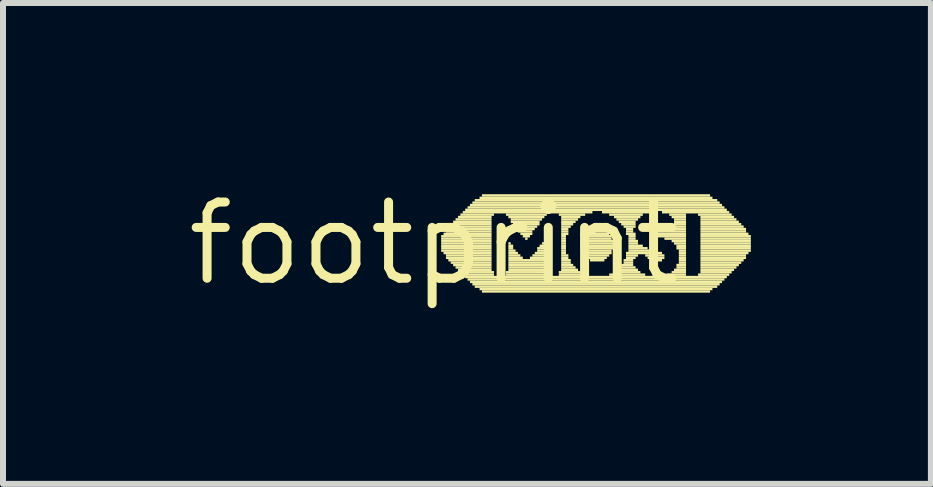
<source format=kicad_pcb>
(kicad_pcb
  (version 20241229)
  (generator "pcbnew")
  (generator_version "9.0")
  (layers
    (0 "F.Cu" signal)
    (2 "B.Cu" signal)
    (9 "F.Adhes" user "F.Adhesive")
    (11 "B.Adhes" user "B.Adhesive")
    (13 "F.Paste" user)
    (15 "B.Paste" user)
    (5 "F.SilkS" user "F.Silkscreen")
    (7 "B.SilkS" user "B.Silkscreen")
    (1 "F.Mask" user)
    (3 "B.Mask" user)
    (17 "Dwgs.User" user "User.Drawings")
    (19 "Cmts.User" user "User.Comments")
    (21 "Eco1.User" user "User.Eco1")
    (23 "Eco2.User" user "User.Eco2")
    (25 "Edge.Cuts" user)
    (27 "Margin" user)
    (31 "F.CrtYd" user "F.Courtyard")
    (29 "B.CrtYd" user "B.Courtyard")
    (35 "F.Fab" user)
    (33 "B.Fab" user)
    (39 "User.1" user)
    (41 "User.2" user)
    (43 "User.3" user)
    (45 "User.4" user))
  (footprint "footprint"
    (layer "F.Cu")
    (at 4.18 1.006)
    (property "Reference" "footprint" (at 0 0 0) (layer "F.SilkS") (effects (font (size 1.27 1.27) (thickness 0.15))))
    (fp_poly (pts (xy 0.12 -0.1) (xy 0.96 -0.1) (xy 0.96 -0.14) (xy 0.12 -0.14)) (stroke (width 0) (type solid)) (fill yes) (layer "F.SilkS"))
    (fp_poly (pts (xy 0.12 -0.06) (xy 0.96 -0.06) (xy 0.96 -0.1) (xy 0.12 -0.1)) (stroke (width 0) (type solid)) (fill yes) (layer "F.SilkS"))
    (fp_poly (pts (xy 0.12 -0.02) (xy 0.96 -0.02) (xy 0.96 -0.06) (xy 0.12 -0.06)) (stroke (width 0) (type solid)) (fill yes) (layer "F.SilkS"))
    (fp_poly (pts (xy 0.12 0.02) (xy 0.96 0.02) (xy 0.96 -0.02) (xy 0.12 -0.02)) (stroke (width 0) (type solid)) (fill yes) (layer "F.SilkS"))
    (fp_poly (pts (xy 0.12 0.06) (xy 0.96 0.06) (xy 0.96 0.02) (xy 0.12 0.02)) (stroke (width 0) (type solid)) (fill yes) (layer "F.SilkS"))
    (fp_poly (pts (xy 0.12 0.1) (xy 0.96 0.1) (xy 0.96 0.06) (xy 0.12 0.06)) (stroke (width 0) (type solid)) (fill yes) (layer "F.SilkS"))
    (fp_poly (pts (xy 0.12 0.14) (xy 0.96 0.14) (xy 0.96 0.1) (xy 0.12 0.1)) (stroke (width 0) (type solid)) (fill yes) (layer "F.SilkS"))
    (fp_poly (pts (xy 0.16 -0.14) (xy 0.96 -0.14) (xy 0.96 -0.18) (xy 0.16 -0.18)) (stroke (width 0) (type solid)) (fill yes) (layer "F.SilkS"))
    (fp_poly (pts (xy 0.16 0.18) (xy 0.96 0.18) (xy 0.96 0.14) (xy 0.16 0.14)) (stroke (width 0) (type solid)) (fill yes) (layer "F.SilkS"))
    (fp_poly (pts (xy 0.2 -0.22) (xy 0.96 -0.22) (xy 0.96 -0.26) (xy 0.2 -0.26)) (stroke (width 0) (type solid)) (fill yes) (layer "F.SilkS"))
    (fp_poly (pts (xy 0.2 -0.18) (xy 0.96 -0.18) (xy 0.96 -0.22) (xy 0.2 -0.22)) (stroke (width 0) (type solid)) (fill yes) (layer "F.SilkS"))
    (fp_poly (pts (xy 0.2 0.22) (xy 0.96 0.22) (xy 0.96 0.18) (xy 0.2 0.18)) (stroke (width 0) (type solid)) (fill yes) (layer "F.SilkS"))
    (fp_poly (pts (xy 0.2 0.26) (xy 0.96 0.26) (xy 0.96 0.22) (xy 0.2 0.22)) (stroke (width 0) (type solid)) (fill yes) (layer "F.SilkS"))
    (fp_poly (pts (xy 0.24 -0.26) (xy 0.96 -0.26) (xy 0.96 -0.3) (xy 0.24 -0.3)) (stroke (width 0) (type solid)) (fill yes) (layer "F.SilkS"))
    (fp_poly (pts (xy 0.24 0.3) (xy 0.96 0.3) (xy 0.96 0.26) (xy 0.24 0.26)) (stroke (width 0) (type solid)) (fill yes) (layer "F.SilkS"))
    (fp_poly (pts (xy 0.28 -0.3) (xy 0.96 -0.3) (xy 0.96 -0.34) (xy 0.28 -0.34)) (stroke (width 0) (type solid)) (fill yes) (layer "F.SilkS"))
    (fp_poly (pts (xy 0.28 0.34) (xy 0.96 0.34) (xy 0.96 0.3) (xy 0.28 0.3)) (stroke (width 0) (type solid)) (fill yes) (layer "F.SilkS"))
    (fp_poly (pts (xy 0.32 -0.34) (xy 0.96 -0.34) (xy 0.96 -0.38) (xy 0.32 -0.38)) (stroke (width 0) (type solid)) (fill yes) (layer "F.SilkS"))
    (fp_poly (pts (xy 0.32 0.38) (xy 0.96 0.38) (xy 0.96 0.34) (xy 0.32 0.34)) (stroke (width 0) (type solid)) (fill yes) (layer "F.SilkS"))
    (fp_poly (pts (xy 0.36 -0.38) (xy 0.96 -0.38) (xy 0.96 -0.42) (xy 0.36 -0.42)) (stroke (width 0) (type solid)) (fill yes) (layer "F.SilkS"))
    (fp_poly (pts (xy 0.36 0.42) (xy 0.96 0.42) (xy 0.96 0.38) (xy 0.36 0.38)) (stroke (width 0) (type solid)) (fill yes) (layer "F.SilkS"))
    (fp_poly (pts (xy 0.4 -0.42) (xy 0.96 -0.42) (xy 0.96 -0.46) (xy 0.4 -0.46)) (stroke (width 0) (type solid)) (fill yes) (layer "F.SilkS"))
    (fp_poly (pts (xy 0.4 0.46) (xy 0.96 0.46) (xy 0.96 0.42) (xy 0.4 0.42)) (stroke (width 0) (type solid)) (fill yes) (layer "F.SilkS"))
    (fp_poly (pts (xy 0.44 -0.46) (xy 1 -0.46) (xy 1 -0.5) (xy 0.44 -0.5)) (stroke (width 0) (type solid)) (fill yes) (layer "F.SilkS"))
    (fp_poly (pts (xy 0.44 0.5) (xy 1 0.5) (xy 1 0.46) (xy 0.44 0.46)) (stroke (width 0) (type solid)) (fill yes) (layer "F.SilkS"))
    (fp_poly (pts (xy 0.48 -0.5) (xy 2.64 -0.5) (xy 2.64 -0.54) (xy 0.48 -0.54)) (stroke (width 0) (type solid)) (fill yes) (layer "F.SilkS"))
    (fp_poly (pts (xy 0.48 0.54) (xy 1 0.54) (xy 1 0.5) (xy 0.48 0.5)) (stroke (width 0) (type solid)) (fill yes) (layer "F.SilkS"))
    (fp_poly (pts (xy 0.52 -0.54) (xy 4.88 -0.54) (xy 4.88 -0.58) (xy 0.52 -0.58)) (stroke (width 0) (type solid)) (fill yes) (layer "F.SilkS"))
    (fp_poly (pts (xy 0.52 0.58) (xy 4.88 0.58) (xy 4.88 0.54) (xy 0.52 0.54)) (stroke (width 0) (type solid)) (fill yes) (layer "F.SilkS"))
    (fp_poly (pts (xy 0.56 -0.58) (xy 4.84 -0.58) (xy 4.84 -0.62) (xy 0.56 -0.62)) (stroke (width 0) (type solid)) (fill yes) (layer "F.SilkS"))
    (fp_poly (pts (xy 0.56 0.62) (xy 4.84 0.62) (xy 4.84 0.58) (xy 0.56 0.58)) (stroke (width 0) (type solid)) (fill yes) (layer "F.SilkS"))
    (fp_poly (pts (xy 0.6 -0.62) (xy 4.8 -0.62) (xy 4.8 -0.66) (xy 0.6 -0.66)) (stroke (width 0) (type solid)) (fill yes) (layer "F.SilkS"))
    (fp_poly (pts (xy 0.6 0.66) (xy 4.8 0.66) (xy 4.8 0.62) (xy 0.6 0.62)) (stroke (width 0) (type solid)) (fill yes) (layer "F.SilkS"))
    (fp_poly (pts (xy 0.64 -0.66) (xy 4.76 -0.66) (xy 4.76 -0.7) (xy 0.64 -0.7)) (stroke (width 0) (type solid)) (fill yes) (layer "F.SilkS"))
    (fp_poly (pts (xy 0.64 0.7) (xy 4.76 0.7) (xy 4.76 0.66) (xy 0.64 0.66)) (stroke (width 0) (type solid)) (fill yes) (layer "F.SilkS"))
    (fp_poly (pts (xy 0.68 -0.7) (xy 4.72 -0.7) (xy 4.72 -0.74) (xy 0.68 -0.74)) (stroke (width 0) (type solid)) (fill yes) (layer "F.SilkS"))
    (fp_poly (pts (xy 0.68 0.74) (xy 4.72 0.74) (xy 4.72 0.7) (xy 0.68 0.7)) (stroke (width 0) (type solid)) (fill yes) (layer "F.SilkS"))
    (fp_poly (pts (xy 0.76 -0.74) (xy 4.64 -0.74) (xy 4.64 -0.78) (xy 0.76 -0.78)) (stroke (width 0) (type solid)) (fill yes) (layer "F.SilkS"))
    (fp_poly (pts (xy 0.76 0.78) (xy 4.64 0.78) (xy 4.64 0.74) (xy 0.76 0.74)) (stroke (width 0) (type solid)) (fill yes) (layer "F.SilkS"))
    (fp_poly (pts (xy 0.8 -0.78) (xy 4.6 -0.78) (xy 4.6 -0.82) (xy 0.8 -0.82)) (stroke (width 0) (type solid)) (fill yes) (layer "F.SilkS"))
    (fp_poly (pts (xy 0.8 0.82) (xy 4.6 0.82) (xy 4.6 0.78) (xy 0.8 0.78)) (stroke (width 0) (type solid)) (fill yes) (layer "F.SilkS"))
    (fp_poly (pts (xy 1.2 -0.46) (xy 1.88 -0.46) (xy 1.88 -0.5) (xy 1.2 -0.5)) (stroke (width 0) (type solid)) (fill yes) (layer "F.SilkS"))
    (fp_poly (pts (xy 1.2 0.5) (xy 1.88 0.5) (xy 1.88 0.46) (xy 1.2 0.46)) (stroke (width 0) (type solid)) (fill yes) (layer "F.SilkS"))
    (fp_poly (pts (xy 1.2 0.54) (xy 1.88 0.54) (xy 1.88 0.5) (xy 1.2 0.5)) (stroke (width 0) (type solid)) (fill yes) (layer "F.SilkS"))
    (fp_poly (pts (xy 1.24 -0.42) (xy 1.84 -0.42) (xy 1.84 -0.46) (xy 1.24 -0.46)) (stroke (width 0) (type solid)) (fill yes) (layer "F.SilkS"))
    (fp_poly (pts (xy 1.24 0.02) (xy 1.28 0.02) (xy 1.28 -0.02) (xy 1.24 -0.02)) (stroke (width 0) (type solid)) (fill yes) (layer "F.SilkS"))
    (fp_poly (pts (xy 1.24 0.06) (xy 1.32 0.06) (xy 1.32 0.02) (xy 1.24 0.02)) (stroke (width 0) (type solid)) (fill yes) (layer "F.SilkS"))
    (fp_poly (pts (xy 1.24 0.1) (xy 1.32 0.1) (xy 1.32 0.06) (xy 1.24 0.06)) (stroke (width 0) (type solid)) (fill yes) (layer "F.SilkS"))
    (fp_poly (pts (xy 1.24 0.14) (xy 1.36 0.14) (xy 1.36 0.1) (xy 1.24 0.1)) (stroke (width 0) (type solid)) (fill yes) (layer "F.SilkS"))
    (fp_poly (pts (xy 1.24 0.18) (xy 1.4 0.18) (xy 1.4 0.14) (xy 1.24 0.14)) (stroke (width 0) (type solid)) (fill yes) (layer "F.SilkS"))
    (fp_poly (pts (xy 1.24 0.22) (xy 1.44 0.22) (xy 1.44 0.18) (xy 1.24 0.18)) (stroke (width 0) (type solid)) (fill yes) (layer "F.SilkS"))
    (fp_poly (pts (xy 1.24 0.26) (xy 1.48 0.26) (xy 1.48 0.22) (xy 1.24 0.22)) (stroke (width 0) (type solid)) (fill yes) (layer "F.SilkS"))
    (fp_poly (pts (xy 1.24 0.3) (xy 1.84 0.3) (xy 1.84 0.26) (xy 1.24 0.26)) (stroke (width 0) (type solid)) (fill yes) (layer "F.SilkS"))
    (fp_poly (pts (xy 1.24 0.34) (xy 1.84 0.34) (xy 1.84 0.3) (xy 1.24 0.3)) (stroke (width 0) (type solid)) (fill yes) (layer "F.SilkS"))
    (fp_poly (pts (xy 1.24 0.38) (xy 1.84 0.38) (xy 1.84 0.34) (xy 1.24 0.34)) (stroke (width 0) (type solid)) (fill yes) (layer "F.SilkS"))
    (fp_poly (pts (xy 1.24 0.42) (xy 1.84 0.42) (xy 1.84 0.38) (xy 1.24 0.38)) (stroke (width 0) (type solid)) (fill yes) (layer "F.SilkS"))
    (fp_poly (pts (xy 1.24 0.46) (xy 1.84 0.46) (xy 1.84 0.42) (xy 1.24 0.42)) (stroke (width 0) (type solid)) (fill yes) (layer "F.SilkS"))
    (fp_poly (pts (xy 1.28 -0.38) (xy 1.8 -0.38) (xy 1.8 -0.42) (xy 1.28 -0.42)) (stroke (width 0) (type solid)) (fill yes) (layer "F.SilkS"))
    (fp_poly (pts (xy 1.28 -0.34) (xy 1.76 -0.34) (xy 1.76 -0.38) (xy 1.28 -0.38)) (stroke (width 0) (type solid)) (fill yes) (layer "F.SilkS"))
    (fp_poly (pts (xy 1.32 -0.3) (xy 1.76 -0.3) (xy 1.76 -0.34) (xy 1.32 -0.34)) (stroke (width 0) (type solid)) (fill yes) (layer "F.SilkS"))
    (fp_poly (pts (xy 1.36 -0.26) (xy 1.72 -0.26) (xy 1.72 -0.3) (xy 1.36 -0.3)) (stroke (width 0) (type solid)) (fill yes) (layer "F.SilkS"))
    (fp_poly (pts (xy 1.4 -0.22) (xy 1.68 -0.22) (xy 1.68 -0.26) (xy 1.4 -0.26)) (stroke (width 0) (type solid)) (fill yes) (layer "F.SilkS"))
    (fp_poly (pts (xy 1.4 -0.18) (xy 1.64 -0.18) (xy 1.64 -0.22) (xy 1.4 -0.22)) (stroke (width 0) (type solid)) (fill yes) (layer "F.SilkS"))
    (fp_poly (pts (xy 1.44 -0.14) (xy 1.64 -0.14) (xy 1.64 -0.18) (xy 1.44 -0.18)) (stroke (width 0) (type solid)) (fill yes) (layer "F.SilkS"))
    (fp_poly (pts (xy 1.48 -0.1) (xy 1.6 -0.1) (xy 1.6 -0.14) (xy 1.48 -0.14)) (stroke (width 0) (type solid)) (fill yes) (layer "F.SilkS"))
    (fp_poly (pts (xy 1.52 -0.06) (xy 1.56 -0.06) (xy 1.56 -0.1) (xy 1.52 -0.1)) (stroke (width 0) (type solid)) (fill yes) (layer "F.SilkS"))
    (fp_poly (pts (xy 1.6 0.26) (xy 1.84 0.26) (xy 1.84 0.22) (xy 1.6 0.22)) (stroke (width 0) (type solid)) (fill yes) (layer "F.SilkS"))
    (fp_poly (pts (xy 1.64 0.22) (xy 1.84 0.22) (xy 1.84 0.18) (xy 1.64 0.18)) (stroke (width 0) (type solid)) (fill yes) (layer "F.SilkS"))
    (fp_poly (pts (xy 1.68 0.18) (xy 1.84 0.18) (xy 1.84 0.14) (xy 1.68 0.14)) (stroke (width 0) (type solid)) (fill yes) (layer "F.SilkS"))
    (fp_poly (pts (xy 1.72 0.1) (xy 1.84 0.1) (xy 1.84 0.06) (xy 1.72 0.06)) (stroke (width 0) (type solid)) (fill yes) (layer "F.SilkS"))
    (fp_poly (pts (xy 1.72 0.14) (xy 1.84 0.14) (xy 1.84 0.1) (xy 1.72 0.1)) (stroke (width 0) (type solid)) (fill yes) (layer "F.SilkS"))
    (fp_poly (pts (xy 1.76 0.06) (xy 1.84 0.06) (xy 1.84 0.02) (xy 1.76 0.02)) (stroke (width 0) (type solid)) (fill yes) (layer "F.SilkS"))
    (fp_poly (pts (xy 1.8 0.02) (xy 1.84 0.02) (xy 1.84 -0.02) (xy 1.8 -0.02)) (stroke (width 0) (type solid)) (fill yes) (layer "F.SilkS"))
    (fp_poly (pts (xy 2.08 -0.46) (xy 2.52 -0.46) (xy 2.52 -0.5) (xy 2.08 -0.5)) (stroke (width 0) (type solid)) (fill yes) (layer "F.SilkS"))
    (fp_poly (pts (xy 2.08 0.5) (xy 2.44 0.5) (xy 2.44 0.46) (xy 2.08 0.46)) (stroke (width 0) (type solid)) (fill yes) (layer "F.SilkS"))
    (fp_poly (pts (xy 2.08 0.54) (xy 2.52 0.54) (xy 2.52 0.5) (xy 2.08 0.5)) (stroke (width 0) (type solid)) (fill yes) (layer "F.SilkS"))
    (fp_poly (pts (xy 2.12 -0.42) (xy 2.44 -0.42) (xy 2.44 -0.46) (xy 2.12 -0.46)) (stroke (width 0) (type solid)) (fill yes) (layer "F.SilkS"))
    (fp_poly (pts (xy 2.12 -0.38) (xy 2.4 -0.38) (xy 2.4 -0.42) (xy 2.12 -0.42)) (stroke (width 0) (type solid)) (fill yes) (layer "F.SilkS"))
    (fp_poly (pts (xy 2.12 -0.34) (xy 2.36 -0.34) (xy 2.36 -0.38) (xy 2.12 -0.38)) (stroke (width 0) (type solid)) (fill yes) (layer "F.SilkS"))
    (fp_poly (pts (xy 2.12 -0.3) (xy 2.32 -0.3) (xy 2.32 -0.34) (xy 2.12 -0.34)) (stroke (width 0) (type solid)) (fill yes) (layer "F.SilkS"))
    (fp_poly (pts (xy 2.12 -0.26) (xy 2.28 -0.26) (xy 2.28 -0.3) (xy 2.12 -0.3)) (stroke (width 0) (type solid)) (fill yes) (layer "F.SilkS"))
    (fp_poly (pts (xy 2.12 -0.22) (xy 2.24 -0.22) (xy 2.24 -0.26) (xy 2.12 -0.26)) (stroke (width 0) (type solid)) (fill yes) (layer "F.SilkS"))
    (fp_poly (pts (xy 2.12 -0.18) (xy 2.24 -0.18) (xy 2.24 -0.22) (xy 2.12 -0.22)) (stroke (width 0) (type solid)) (fill yes) (layer "F.SilkS"))
    (fp_poly (pts (xy 2.12 -0.14) (xy 2.24 -0.14) (xy 2.24 -0.18) (xy 2.12 -0.18)) (stroke (width 0) (type solid)) (fill yes) (layer "F.SilkS"))
    (fp_poly (pts (xy 2.12 -0.1) (xy 2.2 -0.1) (xy 2.2 -0.14) (xy 2.12 -0.14)) (stroke (width 0) (type solid)) (fill yes) (layer "F.SilkS"))
    (fp_poly (pts (xy 2.12 -0.06) (xy 2.2 -0.06) (xy 2.2 -0.1) (xy 2.12 -0.1)) (stroke (width 0) (type solid)) (fill yes) (layer "F.SilkS"))
    (fp_poly (pts (xy 2.12 -0.02) (xy 2.2 -0.02) (xy 2.2 -0.06) (xy 2.12 -0.06)) (stroke (width 0) (type solid)) (fill yes) (layer "F.SilkS"))
    (fp_poly (pts (xy 2.12 0.02) (xy 2.2 0.02) (xy 2.2 -0.02) (xy 2.12 -0.02)) (stroke (width 0) (type solid)) (fill yes) (layer "F.SilkS"))
    (fp_poly (pts (xy 2.12 0.06) (xy 2.2 0.06) (xy 2.2 0.02) (xy 2.12 0.02)) (stroke (width 0) (type solid)) (fill yes) (layer "F.SilkS"))
    (fp_poly (pts (xy 2.12 0.1) (xy 2.2 0.1) (xy 2.2 0.06) (xy 2.12 0.06)) (stroke (width 0) (type solid)) (fill yes) (layer "F.SilkS"))
    (fp_poly (pts (xy 2.12 0.14) (xy 2.2 0.14) (xy 2.2 0.1) (xy 2.12 0.1)) (stroke (width 0) (type solid)) (fill yes) (layer "F.SilkS"))
    (fp_poly (pts (xy 2.12 0.18) (xy 2.2 0.18) (xy 2.2 0.14) (xy 2.12 0.14)) (stroke (width 0) (type solid)) (fill yes) (layer "F.SilkS"))
    (fp_poly (pts (xy 2.12 0.22) (xy 2.24 0.22) (xy 2.24 0.18) (xy 2.12 0.18)) (stroke (width 0) (type solid)) (fill yes) (layer "F.SilkS"))
    (fp_poly (pts (xy 2.12 0.26) (xy 2.24 0.26) (xy 2.24 0.22) (xy 2.12 0.22)) (stroke (width 0) (type solid)) (fill yes) (layer "F.SilkS"))
    (fp_poly (pts (xy 2.12 0.3) (xy 2.28 0.3) (xy 2.28 0.26) (xy 2.12 0.26)) (stroke (width 0) (type solid)) (fill yes) (layer "F.SilkS"))
    (fp_poly (pts (xy 2.12 0.34) (xy 2.28 0.34) (xy 2.28 0.3) (xy 2.12 0.3)) (stroke (width 0) (type solid)) (fill yes) (layer "F.SilkS"))
    (fp_poly (pts (xy 2.12 0.38) (xy 2.32 0.38) (xy 2.32 0.34) (xy 2.12 0.34)) (stroke (width 0) (type solid)) (fill yes) (layer "F.SilkS"))
    (fp_poly (pts (xy 2.12 0.42) (xy 2.36 0.42) (xy 2.36 0.38) (xy 2.12 0.38)) (stroke (width 0) (type solid)) (fill yes) (layer "F.SilkS"))
    (fp_poly (pts (xy 2.12 0.46) (xy 2.4 0.46) (xy 2.4 0.42) (xy 2.12 0.42)) (stroke (width 0) (type solid)) (fill yes) (layer "F.SilkS"))
    (fp_poly (pts (xy 2.44 -0.02) (xy 3 -0.02) (xy 3 -0.06) (xy 2.44 -0.06)) (stroke (width 0) (type solid)) (fill yes) (layer "F.SilkS"))
    (fp_poly (pts (xy 2.44 0.02) (xy 3 0.02) (xy 3 -0.02) (xy 2.44 -0.02)) (stroke (width 0) (type solid)) (fill yes) (layer "F.SilkS"))
    (fp_poly (pts (xy 2.44 0.06) (xy 3 0.06) (xy 3 0.02) (xy 2.44 0.02)) (stroke (width 0) (type solid)) (fill yes) (layer "F.SilkS"))
    (fp_poly (pts (xy 2.44 0.1) (xy 3 0.1) (xy 3 0.06) (xy 2.44 0.06)) (stroke (width 0) (type solid)) (fill yes) (layer "F.SilkS"))
    (fp_poly (pts (xy 2.48 -0.1) (xy 2.96 -0.1) (xy 2.96 -0.14) (xy 2.48 -0.14)) (stroke (width 0) (type solid)) (fill yes) (layer "F.SilkS"))
    (fp_poly (pts (xy 2.48 -0.06) (xy 2.96 -0.06) (xy 2.96 -0.1) (xy 2.48 -0.1)) (stroke (width 0) (type solid)) (fill yes) (layer "F.SilkS"))
    (fp_poly (pts (xy 2.48 0.14) (xy 2.96 0.14) (xy 2.96 0.1) (xy 2.48 0.1)) (stroke (width 0) (type solid)) (fill yes) (layer "F.SilkS"))
    (fp_poly (pts (xy 2.48 0.18) (xy 2.96 0.18) (xy 2.96 0.14) (xy 2.48 0.14)) (stroke (width 0) (type solid)) (fill yes) (layer "F.SilkS"))
    (fp_poly (pts (xy 2.52 -0.18) (xy 2.88 -0.18) (xy 2.88 -0.22) (xy 2.52 -0.22)) (stroke (width 0) (type solid)) (fill yes) (layer "F.SilkS"))
    (fp_poly (pts (xy 2.52 -0.14) (xy 2.92 -0.14) (xy 2.92 -0.18) (xy 2.52 -0.18)) (stroke (width 0) (type solid)) (fill yes) (layer "F.SilkS"))
    (fp_poly (pts (xy 2.52 0.22) (xy 2.92 0.22) (xy 2.92 0.18) (xy 2.52 0.18)) (stroke (width 0) (type solid)) (fill yes) (layer "F.SilkS"))
    (fp_poly (pts (xy 2.56 0.26) (xy 2.88 0.26) (xy 2.88 0.22) (xy 2.56 0.22)) (stroke (width 0) (type solid)) (fill yes) (layer "F.SilkS"))
    (fp_poly (pts (xy 2.6 -0.22) (xy 2.84 -0.22) (xy 2.84 -0.26) (xy 2.6 -0.26)) (stroke (width 0) (type solid)) (fill yes) (layer "F.SilkS"))
    (fp_poly (pts (xy 2.6 0.3) (xy 2.84 0.3) (xy 2.84 0.26) (xy 2.6 0.26)) (stroke (width 0) (type solid)) (fill yes) (layer "F.SilkS"))
    (fp_poly (pts (xy 2.8 -0.5) (xy 3.6 -0.5) (xy 3.6 -0.54) (xy 2.8 -0.54)) (stroke (width 0) (type solid)) (fill yes) (layer "F.SilkS"))
    (fp_poly (pts (xy 2.92 -0.46) (xy 3.48 -0.46) (xy 3.48 -0.5) (xy 2.92 -0.5)) (stroke (width 0) (type solid)) (fill yes) (layer "F.SilkS"))
    (fp_poly (pts (xy 2.92 0.54) (xy 3.52 0.54) (xy 3.52 0.5) (xy 2.92 0.5)) (stroke (width 0) (type solid)) (fill yes) (layer "F.SilkS"))
    (fp_poly (pts (xy 3 -0.42) (xy 3.44 -0.42) (xy 3.44 -0.46) (xy 3 -0.46)) (stroke (width 0) (type solid)) (fill yes) (layer "F.SilkS"))
    (fp_poly (pts (xy 3 0.5) (xy 3.44 0.5) (xy 3.44 0.46) (xy 3 0.46)) (stroke (width 0) (type solid)) (fill yes) (layer "F.SilkS"))
    (fp_poly (pts (xy 3.04 -0.38) (xy 3.4 -0.38) (xy 3.4 -0.42) (xy 3.04 -0.42)) (stroke (width 0) (type solid)) (fill yes) (layer "F.SilkS"))
    (fp_poly (pts (xy 3.04 0.46) (xy 3.4 0.46) (xy 3.4 0.42) (xy 3.04 0.42)) (stroke (width 0) (type solid)) (fill yes) (layer "F.SilkS"))
    (fp_poly (pts (xy 3.08 -0.34) (xy 3.36 -0.34) (xy 3.36 -0.38) (xy 3.08 -0.38)) (stroke (width 0) (type solid)) (fill yes) (layer "F.SilkS"))
    (fp_poly (pts (xy 3.08 0.42) (xy 3.36 0.42) (xy 3.36 0.38) (xy 3.08 0.38)) (stroke (width 0) (type solid)) (fill yes) (layer "F.SilkS"))
    (fp_poly (pts (xy 3.12 -0.3) (xy 3.36 -0.3) (xy 3.36 -0.34) (xy 3.12 -0.34)) (stroke (width 0) (type solid)) (fill yes) (layer "F.SilkS"))
    (fp_poly (pts (xy 3.12 0.38) (xy 3.32 0.38) (xy 3.32 0.34) (xy 3.12 0.34)) (stroke (width 0) (type solid)) (fill yes) (layer "F.SilkS"))
    (fp_poly (pts (xy 3.16 -0.26) (xy 3.36 -0.26) (xy 3.36 -0.3) (xy 3.16 -0.3)) (stroke (width 0) (type solid)) (fill yes) (layer "F.SilkS"))
    (fp_poly (pts (xy 3.16 0.3) (xy 3.32 0.3) (xy 3.32 0.26) (xy 3.16 0.26)) (stroke (width 0) (type solid)) (fill yes) (layer "F.SilkS"))
    (fp_poly (pts (xy 3.16 0.34) (xy 3.32 0.34) (xy 3.32 0.3) (xy 3.16 0.3)) (stroke (width 0) (type solid)) (fill yes) (layer "F.SilkS"))
    (fp_poly (pts (xy 3.2 -0.22) (xy 3.32 -0.22) (xy 3.32 -0.26) (xy 3.2 -0.26)) (stroke (width 0) (type solid)) (fill yes) (layer "F.SilkS"))
    (fp_poly (pts (xy 3.2 -0.18) (xy 3.32 -0.18) (xy 3.32 -0.22) (xy 3.2 -0.22)) (stroke (width 0) (type solid)) (fill yes) (layer "F.SilkS"))
    (fp_poly (pts (xy 3.2 -0.14) (xy 3.36 -0.14) (xy 3.36 -0.18) (xy 3.2 -0.18)) (stroke (width 0) (type solid)) (fill yes) (layer "F.SilkS"))
    (fp_poly (pts (xy 3.2 0.18) (xy 3.8 0.18) (xy 3.8 0.14) (xy 3.2 0.14)) (stroke (width 0) (type solid)) (fill yes) (layer "F.SilkS"))
    (fp_poly (pts (xy 3.2 0.22) (xy 3.4 0.22) (xy 3.4 0.18) (xy 3.2 0.18)) (stroke (width 0) (type solid)) (fill yes) (layer "F.SilkS"))
    (fp_poly (pts (xy 3.2 0.26) (xy 3.36 0.26) (xy 3.36 0.22) (xy 3.2 0.22)) (stroke (width 0) (type solid)) (fill yes) (layer "F.SilkS"))
    (fp_poly (pts (xy 3.24 -0.1) (xy 3.36 -0.1) (xy 3.36 -0.14) (xy 3.24 -0.14)) (stroke (width 0) (type solid)) (fill yes) (layer "F.SilkS"))
    (fp_poly (pts (xy 3.24 -0.06) (xy 3.36 -0.06) (xy 3.36 -0.1) (xy 3.24 -0.1)) (stroke (width 0) (type solid)) (fill yes) (layer "F.SilkS"))
    (fp_poly (pts (xy 3.24 -0.02) (xy 3.4 -0.02) (xy 3.4 -0.06) (xy 3.24 -0.06)) (stroke (width 0) (type solid)) (fill yes) (layer "F.SilkS"))
    (fp_poly (pts (xy 3.24 0.02) (xy 3.4 0.02) (xy 3.4 -0.02) (xy 3.24 -0.02)) (stroke (width 0) (type solid)) (fill yes) (layer "F.SilkS"))
    (fp_poly (pts (xy 3.24 0.06) (xy 3.48 0.06) (xy 3.48 0.02) (xy 3.24 0.02)) (stroke (width 0) (type solid)) (fill yes) (layer "F.SilkS"))
    (fp_poly (pts (xy 3.24 0.1) (xy 3.56 0.1) (xy 3.56 0.06) (xy 3.24 0.06)) (stroke (width 0) (type solid)) (fill yes) (layer "F.SilkS"))
    (fp_poly (pts (xy 3.24 0.14) (xy 3.72 0.14) (xy 3.72 0.1) (xy 3.24 0.1)) (stroke (width 0) (type solid)) (fill yes) (layer "F.SilkS"))
    (fp_poly (pts (xy 3.52 0.22) (xy 3.84 0.22) (xy 3.84 0.18) (xy 3.52 0.18)) (stroke (width 0) (type solid)) (fill yes) (layer "F.SilkS"))
    (fp_poly (pts (xy 3.56 0.26) (xy 3.84 0.26) (xy 3.84 0.22) (xy 3.56 0.22)) (stroke (width 0) (type solid)) (fill yes) (layer "F.SilkS"))
    (fp_poly (pts (xy 3.6 -0.22) (xy 3.84 -0.22) (xy 3.84 -0.26) (xy 3.6 -0.26)) (stroke (width 0) (type solid)) (fill yes) (layer "F.SilkS"))
    (fp_poly (pts (xy 3.6 -0.18) (xy 4.2 -0.18) (xy 4.2 -0.22) (xy 3.6 -0.22)) (stroke (width 0) (type solid)) (fill yes) (layer "F.SilkS"))
    (fp_poly (pts (xy 3.6 -0.14) (xy 4.2 -0.14) (xy 4.2 -0.18) (xy 3.6 -0.18)) (stroke (width 0) (type solid)) (fill yes) (layer "F.SilkS"))
    (fp_poly (pts (xy 3.6 0.3) (xy 3.8 0.3) (xy 3.8 0.26) (xy 3.6 0.26)) (stroke (width 0) (type solid)) (fill yes) (layer "F.SilkS"))
    (fp_poly (pts (xy 3.64 -0.26) (xy 3.76 -0.26) (xy 3.76 -0.3) (xy 3.64 -0.3)) (stroke (width 0) (type solid)) (fill yes) (layer "F.SilkS"))
    (fp_poly (pts (xy 3.68 -0.1) (xy 4.2 -0.1) (xy 4.2 -0.14) (xy 3.68 -0.14)) (stroke (width 0) (type solid)) (fill yes) (layer "F.SilkS"))
    (fp_poly (pts (xy 3.8 -0.5) (xy 4.92 -0.5) (xy 4.92 -0.54) (xy 3.8 -0.54)) (stroke (width 0) (type solid)) (fill yes) (layer "F.SilkS"))
    (fp_poly (pts (xy 3.84 -0.06) (xy 4.2 -0.06) (xy 4.2 -0.1) (xy 3.84 -0.1)) (stroke (width 0) (type solid)) (fill yes) (layer "F.SilkS"))
    (fp_poly (pts (xy 3.88 0.54) (xy 4.2 0.54) (xy 4.2 0.5) (xy 3.88 0.5)) (stroke (width 0) (type solid)) (fill yes) (layer "F.SilkS"))
    (fp_poly (pts (xy 3.92 -0.46) (xy 4.2 -0.46) (xy 4.2 -0.5) (xy 3.92 -0.5)) (stroke (width 0) (type solid)) (fill yes) (layer "F.SilkS"))
    (fp_poly (pts (xy 3.96 -0.42) (xy 4.2 -0.42) (xy 4.2 -0.46) (xy 3.96 -0.46)) (stroke (width 0) (type solid)) (fill yes) (layer "F.SilkS"))
    (fp_poly (pts (xy 3.96 -0.26) (xy 4.2 -0.26) (xy 4.2 -0.3) (xy 3.96 -0.3)) (stroke (width 0) (type solid)) (fill yes) (layer "F.SilkS"))
    (fp_poly (pts (xy 3.96 -0.22) (xy 4.2 -0.22) (xy 4.2 -0.26) (xy 3.96 -0.26)) (stroke (width 0) (type solid)) (fill yes) (layer "F.SilkS"))
    (fp_poly (pts (xy 3.96 -0.02) (xy 4.2 -0.02) (xy 4.2 -0.06) (xy 3.96 -0.06)) (stroke (width 0) (type solid)) (fill yes) (layer "F.SilkS"))
    (fp_poly (pts (xy 3.96 0.5) (xy 4.2 0.5) (xy 4.2 0.46) (xy 3.96 0.46)) (stroke (width 0) (type solid)) (fill yes) (layer "F.SilkS"))
    (fp_poly (pts (xy 4 -0.38) (xy 4.2 -0.38) (xy 4.2 -0.42) (xy 4 -0.42)) (stroke (width 0) (type solid)) (fill yes) (layer "F.SilkS"))
    (fp_poly (pts (xy 4 -0.34) (xy 4.2 -0.34) (xy 4.2 -0.38) (xy 4 -0.38)) (stroke (width 0) (type solid)) (fill yes) (layer "F.SilkS"))
    (fp_poly (pts (xy 4 -0.3) (xy 4.2 -0.3) (xy 4.2 -0.34) (xy 4 -0.34)) (stroke (width 0) (type solid)) (fill yes) (layer "F.SilkS"))
    (fp_poly (pts (xy 4 0.02) (xy 4.2 0.02) (xy 4.2 -0.02) (xy 4 -0.02)) (stroke (width 0) (type solid)) (fill yes) (layer "F.SilkS"))
    (fp_poly (pts (xy 4 0.46) (xy 4.2 0.46) (xy 4.2 0.42) (xy 4 0.42)) (stroke (width 0) (type solid)) (fill yes) (layer "F.SilkS"))
    (fp_poly (pts (xy 4.04 0.06) (xy 4.2 0.06) (xy 4.2 0.02) (xy 4.04 0.02)) (stroke (width 0) (type solid)) (fill yes) (layer "F.SilkS"))
    (fp_poly (pts (xy 4.04 0.1) (xy 4.2 0.1) (xy 4.2 0.06) (xy 4.04 0.06)) (stroke (width 0) (type solid)) (fill yes) (layer "F.SilkS"))
    (fp_poly (pts (xy 4.04 0.38) (xy 4.2 0.38) (xy 4.2 0.34) (xy 4.04 0.34)) (stroke (width 0) (type solid)) (fill yes) (layer "F.SilkS"))
    (fp_poly (pts (xy 4.04 0.42) (xy 4.2 0.42) (xy 4.2 0.38) (xy 4.04 0.38)) (stroke (width 0) (type solid)) (fill yes) (layer "F.SilkS"))
    (fp_poly (pts (xy 4.08 0.14) (xy 4.2 0.14) (xy 4.2 0.1) (xy 4.08 0.1)) (stroke (width 0) (type solid)) (fill yes) (layer "F.SilkS"))
    (fp_poly (pts (xy 4.08 0.18) (xy 4.2 0.18) (xy 4.2 0.14) (xy 4.08 0.14)) (stroke (width 0) (type solid)) (fill yes) (layer "F.SilkS"))
    (fp_poly (pts (xy 4.08 0.22) (xy 4.2 0.22) (xy 4.2 0.18) (xy 4.08 0.18)) (stroke (width 0) (type solid)) (fill yes) (layer "F.SilkS"))
    (fp_poly (pts (xy 4.08 0.26) (xy 4.2 0.26) (xy 4.2 0.22) (xy 4.08 0.22)) (stroke (width 0) (type solid)) (fill yes) (layer "F.SilkS"))
    (fp_poly (pts (xy 4.08 0.3) (xy 4.2 0.3) (xy 4.2 0.26) (xy 4.08 0.26)) (stroke (width 0) (type solid)) (fill yes) (layer "F.SilkS"))
    (fp_poly (pts (xy 4.08 0.34) (xy 4.2 0.34) (xy 4.2 0.3) (xy 4.08 0.3)) (stroke (width 0) (type solid)) (fill yes) (layer "F.SilkS"))
    (fp_poly (pts (xy 4.4 -0.46) (xy 4.96 -0.46) (xy 4.96 -0.5) (xy 4.4 -0.5)) (stroke (width 0) (type solid)) (fill yes) (layer "F.SilkS"))
    (fp_poly (pts (xy 4.4 0.54) (xy 4.92 0.54) (xy 4.92 0.5) (xy 4.4 0.5)) (stroke (width 0) (type solid)) (fill yes) (layer "F.SilkS"))
    (fp_poly (pts (xy 4.44 -0.42) (xy 5 -0.42) (xy 5 -0.46) (xy 4.44 -0.46)) (stroke (width 0) (type solid)) (fill yes) (layer "F.SilkS"))
    (fp_poly (pts (xy 4.44 -0.38) (xy 5.04 -0.38) (xy 5.04 -0.42) (xy 4.44 -0.42)) (stroke (width 0) (type solid)) (fill yes) (layer "F.SilkS"))
    (fp_poly (pts (xy 4.44 -0.34) (xy 5.08 -0.34) (xy 5.08 -0.38) (xy 4.44 -0.38)) (stroke (width 0) (type solid)) (fill yes) (layer "F.SilkS"))
    (fp_poly (pts (xy 4.44 -0.3) (xy 5.12 -0.3) (xy 5.12 -0.34) (xy 4.44 -0.34)) (stroke (width 0) (type solid)) (fill yes) (layer "F.SilkS"))
    (fp_poly (pts (xy 4.44 -0.26) (xy 5.16 -0.26) (xy 5.16 -0.3) (xy 4.44 -0.3)) (stroke (width 0) (type solid)) (fill yes) (layer "F.SilkS"))
    (fp_poly (pts (xy 4.44 -0.22) (xy 5.2 -0.22) (xy 5.2 -0.26) (xy 4.44 -0.26)) (stroke (width 0) (type solid)) (fill yes) (layer "F.SilkS"))
    (fp_poly (pts (xy 4.44 -0.18) (xy 5.2 -0.18) (xy 5.2 -0.22) (xy 4.44 -0.22)) (stroke (width 0) (type solid)) (fill yes) (layer "F.SilkS"))
    (fp_poly (pts (xy 4.44 -0.14) (xy 5.24 -0.14) (xy 5.24 -0.18) (xy 4.44 -0.18)) (stroke (width 0) (type solid)) (fill yes) (layer "F.SilkS"))
    (fp_poly (pts (xy 4.44 -0.1) (xy 5.28 -0.1) (xy 5.28 -0.14) (xy 4.44 -0.14)) (stroke (width 0) (type solid)) (fill yes) (layer "F.SilkS"))
    (fp_poly (pts (xy 4.44 -0.06) (xy 5.28 -0.06) (xy 5.28 -0.1) (xy 4.44 -0.1)) (stroke (width 0) (type solid)) (fill yes) (layer "F.SilkS"))
    (fp_poly (pts (xy 4.44 -0.02) (xy 5.28 -0.02) (xy 5.28 -0.06) (xy 4.44 -0.06)) (stroke (width 0) (type solid)) (fill yes) (layer "F.SilkS"))
    (fp_poly (pts (xy 4.44 0.02) (xy 5.28 0.02) (xy 5.28 -0.02) (xy 4.44 -0.02)) (stroke (width 0) (type solid)) (fill yes) (layer "F.SilkS"))
    (fp_poly (pts (xy 4.44 0.06) (xy 5.28 0.06) (xy 5.28 0.02) (xy 4.44 0.02)) (stroke (width 0) (type solid)) (fill yes) (layer "F.SilkS"))
    (fp_poly (pts (xy 4.44 0.1) (xy 5.28 0.1) (xy 5.28 0.06) (xy 4.44 0.06)) (stroke (width 0) (type solid)) (fill yes) (layer "F.SilkS"))
    (fp_poly (pts (xy 4.44 0.14) (xy 5.28 0.14) (xy 5.28 0.1) (xy 4.44 0.1)) (stroke (width 0) (type solid)) (fill yes) (layer "F.SilkS"))
    (fp_poly (pts (xy 4.44 0.18) (xy 5.24 0.18) (xy 5.24 0.14) (xy 4.44 0.14)) (stroke (width 0) (type solid)) (fill yes) (layer "F.SilkS"))
    (fp_poly (pts (xy 4.44 0.22) (xy 5.2 0.22) (xy 5.2 0.18) (xy 4.44 0.18)) (stroke (width 0) (type solid)) (fill yes) (layer "F.SilkS"))
    (fp_poly (pts (xy 4.44 0.26) (xy 5.2 0.26) (xy 5.2 0.22) (xy 4.44 0.22)) (stroke (width 0) (type solid)) (fill yes) (layer "F.SilkS"))
    (fp_poly (pts (xy 4.44 0.3) (xy 5.16 0.3) (xy 5.16 0.26) (xy 4.44 0.26)) (stroke (width 0) (type solid)) (fill yes) (layer "F.SilkS"))
    (fp_poly (pts (xy 4.44 0.34) (xy 5.12 0.34) (xy 5.12 0.3) (xy 4.44 0.3)) (stroke (width 0) (type solid)) (fill yes) (layer "F.SilkS"))
    (fp_poly (pts (xy 4.44 0.38) (xy 5.08 0.38) (xy 5.08 0.34) (xy 4.44 0.34)) (stroke (width 0) (type solid)) (fill yes) (layer "F.SilkS"))
    (fp_poly (pts (xy 4.44 0.42) (xy 5.04 0.42) (xy 5.04 0.38) (xy 4.44 0.38)) (stroke (width 0) (type solid)) (fill yes) (layer "F.SilkS"))
    (fp_poly (pts (xy 4.44 0.46) (xy 5 0.46) (xy 5 0.42) (xy 4.44 0.42)) (stroke (width 0) (type solid)) (fill yes) (layer "F.SilkS"))
    (fp_poly (pts (xy 4.44 0.5) (xy 4.96 0.5) (xy 4.96 0.46) (xy 4.44 0.46)) (stroke (width 0) (type solid)) (fill yes) (layer "F.SilkS")))
  (gr_rect
    (start -3 -3)
    (end 12.46 5.012)
    (stroke (width 0.1) (type default))
    (fill no)
    (layer "Edge.Cuts")))
</source>
